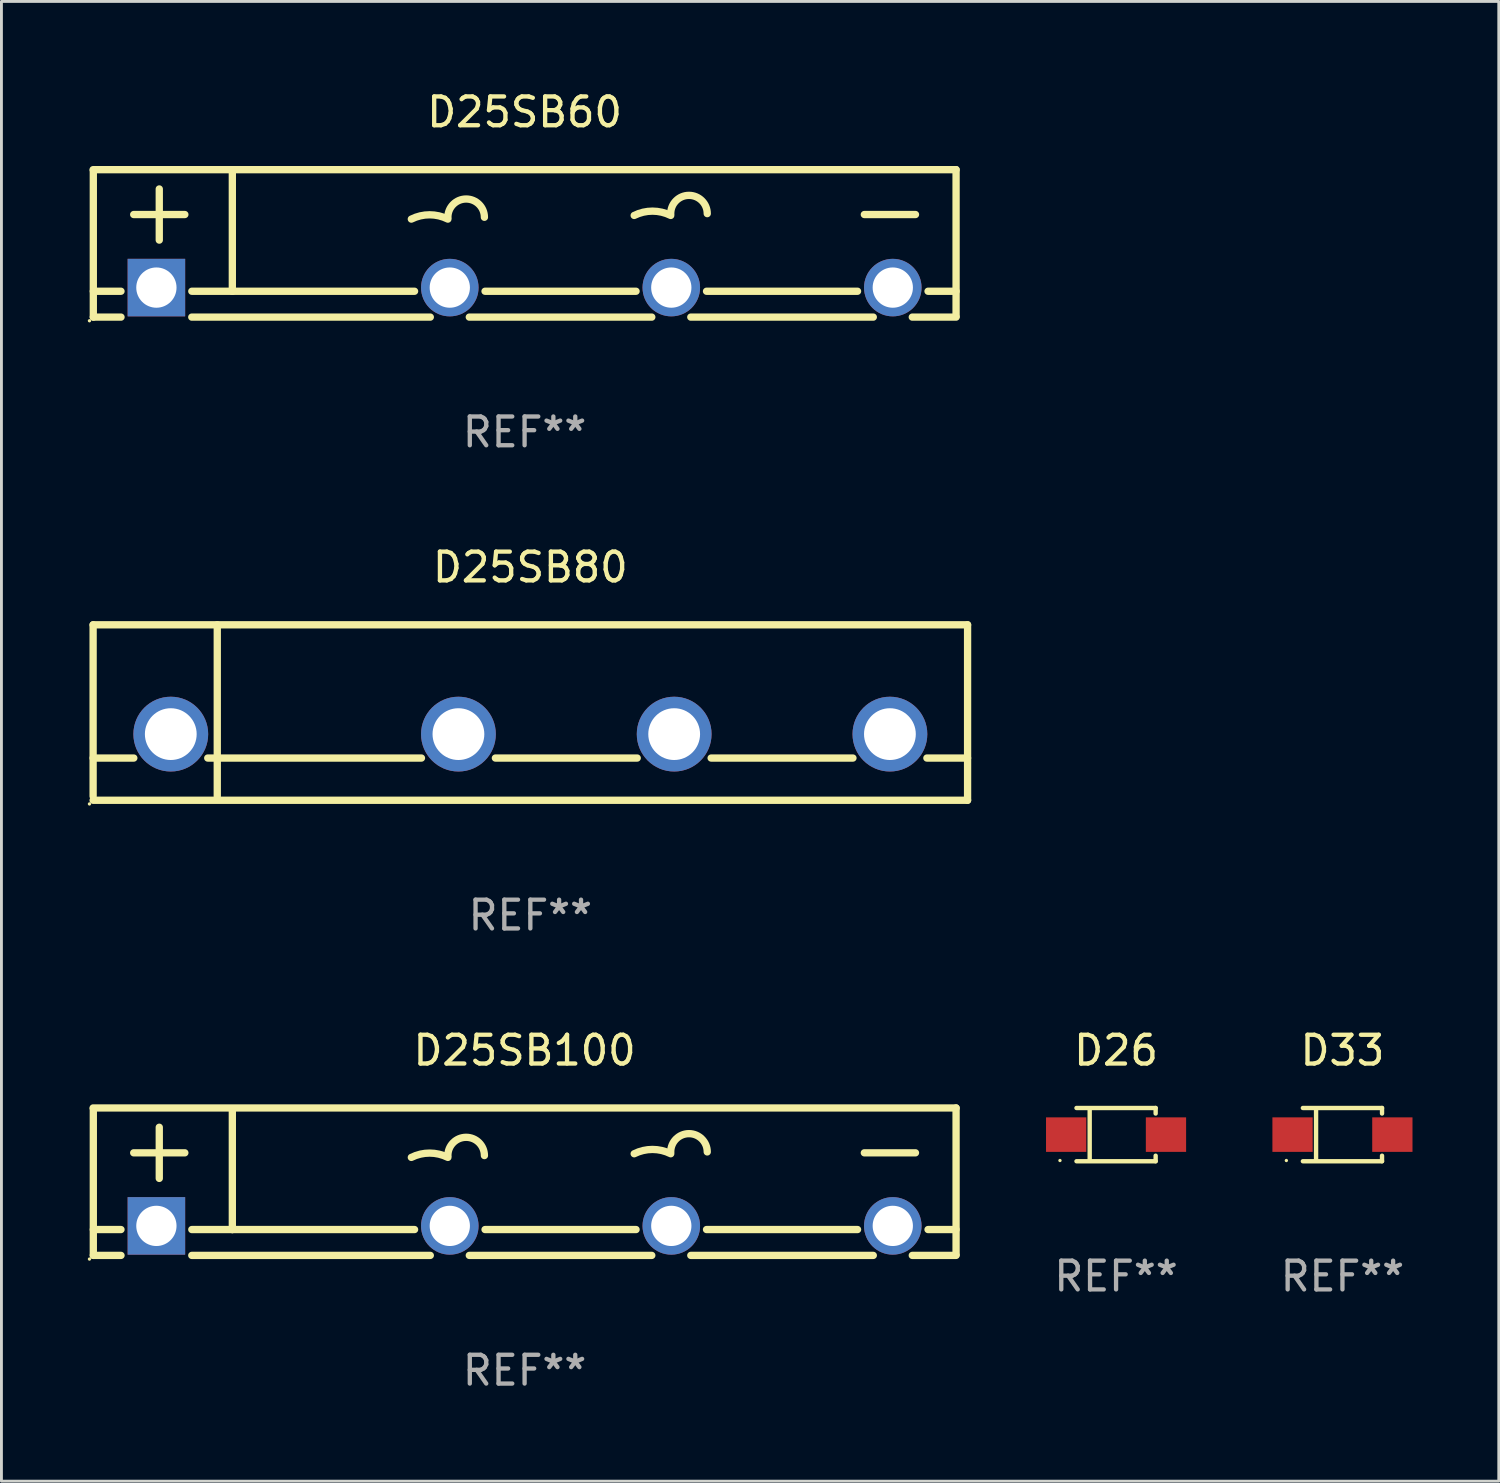
<source format=kicad_pcb>
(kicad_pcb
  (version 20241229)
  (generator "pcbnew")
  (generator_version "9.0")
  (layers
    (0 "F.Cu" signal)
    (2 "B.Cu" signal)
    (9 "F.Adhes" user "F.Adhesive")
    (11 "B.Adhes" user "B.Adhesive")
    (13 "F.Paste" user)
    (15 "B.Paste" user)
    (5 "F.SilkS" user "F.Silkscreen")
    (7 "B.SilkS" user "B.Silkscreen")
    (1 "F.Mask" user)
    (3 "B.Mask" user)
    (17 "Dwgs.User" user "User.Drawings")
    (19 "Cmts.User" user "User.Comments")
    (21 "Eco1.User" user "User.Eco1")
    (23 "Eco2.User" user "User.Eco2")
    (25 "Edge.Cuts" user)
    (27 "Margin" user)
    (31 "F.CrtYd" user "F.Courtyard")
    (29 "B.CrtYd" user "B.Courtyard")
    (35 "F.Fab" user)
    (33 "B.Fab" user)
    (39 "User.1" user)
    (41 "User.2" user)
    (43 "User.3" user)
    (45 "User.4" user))
  (footprint "D25SB80"
    (layer "F.Cu")
    (at 15.387 21.721)
    (property "Reference" "D25SB80" (at 0 -5.05 0) (layer "F.SilkS") (effects (font (size 1 1) (thickness 0.15))))
    (attr through_hole)
    (fp_line (start -15.2 -3.05) (end -15.2 2.909) (stroke (width 0.254) (type solid)) (layer "F.SilkS"))
    (fp_line (start -15.2 -3.05) (end 15.2 -3.05) (stroke (width 0.254) (type solid)) (layer "F.SilkS"))
    (fp_line (start -15.2 1.582) (end -13.785 1.582) (stroke (width 0.254) (type solid)) (layer "F.SilkS"))
    (fp_line (start -15.2 3.05) (end 15.2 3.05) (stroke (width 0.254) (type solid)) (layer "F.SilkS"))
    (fp_line (start -11.215 1.582) (end -3.785 1.582) (stroke (width 0.254) (type solid)) (layer "F.SilkS"))
    (fp_line (start -10.884 -3.05) (end -10.884 2.909) (stroke (width 0.254) (type solid)) (layer "F.SilkS"))
    (fp_line (start -1.215 1.582) (end 3.715 1.582) (stroke (width 0.254) (type solid)) (layer "F.SilkS"))
    (fp_line (start 6.285 1.582) (end 11.215 1.582) (stroke (width 0.254) (type solid)) (layer "F.SilkS"))
    (fp_line (start 13.785 1.582) (end 15.2 1.582) (stroke (width 0.254) (type solid)) (layer "F.SilkS"))
    (fp_line (start 15.2 -3.05) (end 15.2 3.05) (stroke (width 0.254) (type solid)) (layer "F.SilkS"))
    (fp_circle (center -15.327 3.177) (end -15.297 3.177) (stroke (width 0.06) (type solid)) (fill no) (layer "F.SilkS"))
    (fp_text user "+" (at -13.461 -0.782 0) (layer "B.Mask") (effects (font (size 1 1) (thickness 0.15))))
    (fp_text user "&#126;" (at 3.938 -0.7 0) (layer "B.Mask") (effects (font (size 1 1) (thickness 0.15))))
    (fp_text user "-" (at 11.176 -0.774 0) (layer "B.Mask") (effects (font (size 1 1) (thickness 0.15))))
    (fp_text user "&#126;" (at -3.301 -0.827 0) (layer "B.Mask") (effects (font (size 1 1) (thickness 0.15))))
    (fp_text user "REF**" (at 0 7.05 0) (layer "F.Fab") (effects (font (size 1 1) (thickness 0.15))))
    (pad "1" thru_hole circle (at -12.5 0.75) (size 2.6 2.6) (drill 1.8) (layers "*.Cu" "*.Mask"))
    (pad "2" thru_hole circle (at -2.5 0.75) (size 2.6 2.6) (drill 1.8) (layers "*.Cu" "*.Mask"))
    (pad "3" thru_hole circle (at 5 0.75) (size 2.6 2.6) (drill 1.8) (layers "*.Cu" "*.Mask"))
    (pad "4" thru_hole circle (at 12.5 0.75) (size 2.6 2.6) (drill 1.8) (layers "*.Cu" "*.Mask")))
  (footprint "D33"
    (layer "F.Cu")
    (at 43.619 36.394)
    (property "Reference" "D33" (at 0 -2.926 0) (layer "F.SilkS") (effects (font (size 1 1) (thickness 0.15))))
    (attr through_hole)
    (fp_line (start -1.376 -0.926) (end 1.376 -0.926) (stroke (width 0.152) (type solid)) (layer "F.SilkS"))
    (fp_line (start -1.376 0.926) (end 1.376 0.926) (stroke (width 0.152) (type solid)) (layer "F.SilkS"))
    (fp_line (start -0.917 -0.876) (end -0.917 0.876) (stroke (width 0.152) (type solid)) (layer "F.SilkS"))
    (fp_line (start 1.376 -0.926) (end 1.376 -0.733) (stroke (width 0.152) (type solid)) (layer "F.SilkS"))
    (fp_line (start 1.376 0.926) (end 1.376 0.733) (stroke (width 0.152) (type solid)) (layer "F.SilkS"))
    (fp_circle (center -1.95 0.9) (end -1.92 0.9) (stroke (width 0.06) (type solid)) (fill no) (layer "F.SilkS"))
    (fp_text user "REF**" (at 0 4.926 0) (layer "F.Fab") (effects (font (size 1 1) (thickness 0.15))))
    (pad "1" smd rect (at -1.735 0) (size 1.4 1.2) (layers "F.Cu" "F.Mask" "F.Paste"))
    (pad "2" smd rect (at 1.735 0) (size 1.4 1.2) (layers "F.Cu" "F.Mask" "F.Paste")))
  (footprint "D26"
    (layer "F.Cu")
    (at 35.749 36.394)
    (property "Reference" "D26" (at 0 -2.926 0) (layer "F.SilkS") (effects (font (size 1 1) (thickness 0.15))))
    (attr through_hole)
    (fp_line (start -1.376 -0.926) (end 1.376 -0.926) (stroke (width 0.152) (type solid)) (layer "F.SilkS"))
    (fp_line (start -1.376 0.926) (end 1.376 0.926) (stroke (width 0.152) (type solid)) (layer "F.SilkS"))
    (fp_line (start -0.917 -0.876) (end -0.917 0.876) (stroke (width 0.152) (type solid)) (layer "F.SilkS"))
    (fp_line (start 1.376 -0.926) (end 1.376 -0.733) (stroke (width 0.152) (type solid)) (layer "F.SilkS"))
    (fp_line (start 1.376 0.926) (end 1.376 0.733) (stroke (width 0.152) (type solid)) (layer "F.SilkS"))
    (fp_circle (center -1.95 0.9) (end -1.92 0.9) (stroke (width 0.06) (type solid)) (fill no) (layer "F.SilkS"))
    (fp_text user "REF**" (at 0 4.926 0) (layer "F.Fab") (effects (font (size 1 1) (thickness 0.15))))
    (pad "1" smd rect (at -1.735 0) (size 1.4 1.2) (layers "F.Cu" "F.Mask" "F.Paste"))
    (pad "2" smd rect (at 1.735 0) (size 1.4 1.2) (layers "F.Cu" "F.Mask" "F.Paste")))
  (footprint "D25SB100"
    (layer "F.Cu")
    (at 15.187 38.03)
    (property "Reference" "D25SB100" (at 0 -4.563 0) (layer "F.SilkS") (effects (font (size 1 1) (thickness 0.15))))
    (attr through_hole)
    (fp_line (start -15 -2.563) (end 15 -2.563) (stroke (width 0.254) (type solid)) (layer "F.SilkS"))
    (fp_line (start -14.993 2.563) (end -14.993 -2.537) (stroke (width 0.254) (type solid)) (layer "F.SilkS"))
    (fp_line (start -14.993 2.563) (end -14.03 2.563) (stroke (width 0.254) (type solid)) (layer "F.SilkS"))
    (fp_line (start -14.031 1.664) (end -14.993 1.664) (stroke (width 0.254) (type solid)) (layer "F.SilkS"))
    (fp_line (start -13.589 -1.003) (end -11.811 -1.003) (stroke (width 0.254) (type solid)) (layer "F.SilkS"))
    (fp_line (start -12.7 -1.892) (end -12.7 -0.114) (stroke (width 0.254) (type solid)) (layer "F.SilkS"))
    (fp_line (start -11.57 2.563) (end -3.278 2.563) (stroke (width 0.254) (type solid)) (layer "F.SilkS"))
    (fp_line (start -10.16 -2.527) (end -10.16 1.664) (stroke (width 0.254) (type solid)) (layer "F.SilkS"))
    (fp_line (start -10.16 1.664) (end -11.569 1.664) (stroke (width 0.254) (type solid)) (layer "F.SilkS"))
    (fp_line (start -10.16 1.664) (end -3.825 1.664) (stroke (width 0.254) (type solid)) (layer "F.SilkS"))
    (fp_line (start -1.922 2.563) (end 4.422 2.563) (stroke (width 0.254) (type solid)) (layer "F.SilkS"))
    (fp_line (start -1.375 1.664) (end 3.875 1.664) (stroke (width 0.254) (type solid)) (layer "F.SilkS"))
    (fp_line (start 5.778 2.563) (end 12.122 2.563) (stroke (width 0.254) (type solid)) (layer "F.SilkS"))
    (fp_line (start 6.325 1.664) (end 11.575 1.664) (stroke (width 0.254) (type solid)) (layer "F.SilkS"))
    (fp_line (start 11.811 -1.003) (end 13.589 -1.003) (stroke (width 0.254) (type solid)) (layer "F.SilkS"))
    (fp_line (start 13.478 2.563) (end 15 2.563) (stroke (width 0.254) (type solid)) (layer "F.SilkS"))
    (fp_line (start 14.025 1.664) (end 15 1.664) (stroke (width 0.254) (type solid)) (layer "F.SilkS"))
    (fp_line (start 15 -2.563) (end 15 2.537) (stroke (width 0.254) (type solid)) (layer "F.SilkS"))
    (fp_arc (start -3.936919 -0.844247) (mid -3.301918 -0.99415) (end -2.666916 -0.844247) (stroke (width 0.254001) (type solid)) (layer "F.SilkS"))
    (fp_arc (start -2.667043 -0.907747) (mid -2.032042 -1.542748) (end -1.397041 -0.907747) (stroke (width 0.254001) (type solid)) (layer "F.SilkS"))
    (fp_arc (start 3.810097 -0.971247) (mid 4.445098 -1.12115) (end 5.080099 -0.971247) (stroke (width 0.254001) (type solid)) (layer "F.SilkS"))
    (fp_arc (start 5.079971 -1.034747) (mid 5.714973 -1.669749) (end 6.349975 -1.034747) (stroke (width 0.254001) (type solid)) (layer "F.SilkS"))
    (fp_circle (center -15.127 2.69) (end -15.097 2.69) (stroke (width 0.06) (type solid)) (fill no) (layer "F.SilkS"))
    (fp_text user "REF**" (at 0 6.563 0) (layer "F.Fab") (effects (font (size 1 1) (thickness 0.15))))
    (pad "1" thru_hole rect (at -12.8 1.537) (size 2 2) (drill 1.4) (layers "*.Cu" "*.Mask"))
    (pad "2" thru_hole circle (at -2.6 1.537) (size 2 2) (drill 1.4) (layers "*.Cu" "*.Mask"))
    (pad "3" thru_hole circle (at 5.1 1.537) (size 2 2) (drill 1.4) (layers "*.Cu" "*.Mask"))
    (pad "4" thru_hole circle (at 12.8 1.537) (size 2 2) (drill 1.4) (layers "*.Cu" "*.Mask")))
  (footprint "D25SB60"
    (layer "F.Cu")
    (at 15.187 5.411)
    (property "Reference" "D25SB60" (at 0 -4.563 0) (layer "F.SilkS") (effects (font (size 1 1) (thickness 0.15))))
    (attr through_hole)
    (fp_line (start -15 -2.563) (end 15 -2.563) (stroke (width 0.254) (type solid)) (layer "F.SilkS"))
    (fp_line (start -14.993 2.563) (end -14.993 -2.537) (stroke (width 0.254) (type solid)) (layer "F.SilkS"))
    (fp_line (start -14.993 2.563) (end -14.03 2.563) (stroke (width 0.254) (type solid)) (layer "F.SilkS"))
    (fp_line (start -14.031 1.664) (end -14.993 1.664) (stroke (width 0.254) (type solid)) (layer "F.SilkS"))
    (fp_line (start -13.589 -1.003) (end -11.811 -1.003) (stroke (width 0.254) (type solid)) (layer "F.SilkS"))
    (fp_line (start -12.7 -1.892) (end -12.7 -0.114) (stroke (width 0.254) (type solid)) (layer "F.SilkS"))
    (fp_line (start -11.57 2.563) (end -3.278 2.563) (stroke (width 0.254) (type solid)) (layer "F.SilkS"))
    (fp_line (start -10.16 -2.527) (end -10.16 1.664) (stroke (width 0.254) (type solid)) (layer "F.SilkS"))
    (fp_line (start -10.16 1.664) (end -11.569 1.664) (stroke (width 0.254) (type solid)) (layer "F.SilkS"))
    (fp_line (start -10.16 1.664) (end -3.825 1.664) (stroke (width 0.254) (type solid)) (layer "F.SilkS"))
    (fp_line (start -1.922 2.563) (end 4.422 2.563) (stroke (width 0.254) (type solid)) (layer "F.SilkS"))
    (fp_line (start -1.375 1.664) (end 3.875 1.664) (stroke (width 0.254) (type solid)) (layer "F.SilkS"))
    (fp_line (start 5.778 2.563) (end 12.122 2.563) (stroke (width 0.254) (type solid)) (layer "F.SilkS"))
    (fp_line (start 6.325 1.664) (end 11.575 1.664) (stroke (width 0.254) (type solid)) (layer "F.SilkS"))
    (fp_line (start 11.811 -1.003) (end 13.589 -1.003) (stroke (width 0.254) (type solid)) (layer "F.SilkS"))
    (fp_line (start 13.478 2.563) (end 15 2.563) (stroke (width 0.254) (type solid)) (layer "F.SilkS"))
    (fp_line (start 14.025 1.664) (end 15 1.664) (stroke (width 0.254) (type solid)) (layer "F.SilkS"))
    (fp_line (start 15 -2.563) (end 15 2.537) (stroke (width 0.254) (type solid)) (layer "F.SilkS"))
    (fp_arc (start -3.936919 -0.844247) (mid -3.301918 -0.99415) (end -2.666916 -0.844247) (stroke (width 0.254001) (type solid)) (layer "F.SilkS"))
    (fp_arc (start -2.667043 -0.907747) (mid -2.032042 -1.542748) (end -1.397041 -0.907747) (stroke (width 0.254001) (type solid)) (layer "F.SilkS"))
    (fp_arc (start 3.810097 -0.971247) (mid 4.445098 -1.12115) (end 5.080099 -0.971247) (stroke (width 0.254001) (type solid)) (layer "F.SilkS"))
    (fp_arc (start 5.079971 -1.034747) (mid 5.714973 -1.669749) (end 6.349975 -1.034747) (stroke (width 0.254001) (type solid)) (layer "F.SilkS"))
    (fp_circle (center -15.127 2.69) (end -15.097 2.69) (stroke (width 0.06) (type solid)) (fill no) (layer "F.SilkS"))
    (fp_text user "REF**" (at 0 6.563 0) (layer "F.Fab") (effects (font (size 1 1) (thickness 0.15))))
    (pad "1" thru_hole rect (at -12.8 1.537) (size 2 2) (drill 1.4) (layers "*.Cu" "*.Mask"))
    (pad "2" thru_hole circle (at -2.6 1.537) (size 2 2) (drill 1.4) (layers "*.Cu" "*.Mask"))
    (pad "3" thru_hole circle (at 5.1 1.537) (size 2 2) (drill 1.4) (layers "*.Cu" "*.Mask"))
    (pad "4" thru_hole circle (at 12.8 1.537) (size 2 2) (drill 1.4) (layers "*.Cu" "*.Mask")))
  (gr_rect
    (start -3 -3)
    (end 49.054 48.442)
    (stroke (width 0.1) (type default))
    (fill no)
    (layer "Edge.Cuts")))
</source>
